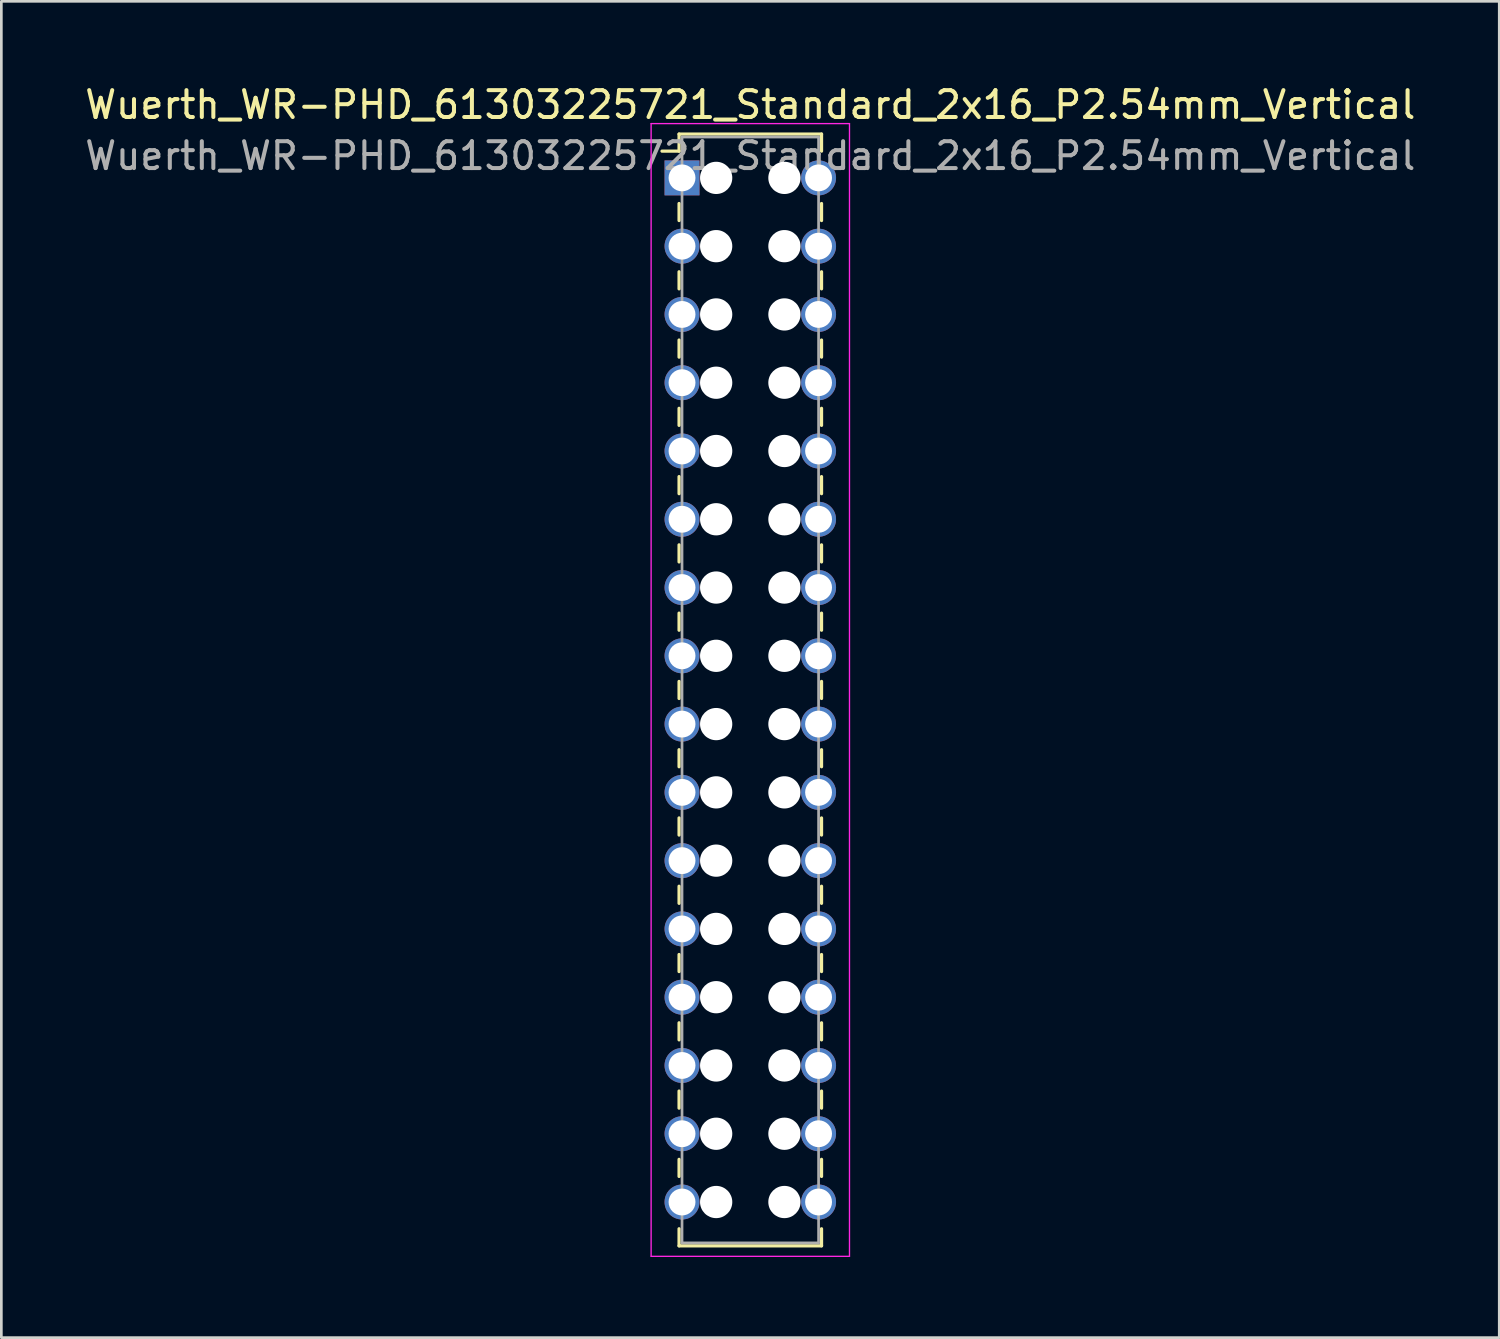
<source format=kicad_pcb>
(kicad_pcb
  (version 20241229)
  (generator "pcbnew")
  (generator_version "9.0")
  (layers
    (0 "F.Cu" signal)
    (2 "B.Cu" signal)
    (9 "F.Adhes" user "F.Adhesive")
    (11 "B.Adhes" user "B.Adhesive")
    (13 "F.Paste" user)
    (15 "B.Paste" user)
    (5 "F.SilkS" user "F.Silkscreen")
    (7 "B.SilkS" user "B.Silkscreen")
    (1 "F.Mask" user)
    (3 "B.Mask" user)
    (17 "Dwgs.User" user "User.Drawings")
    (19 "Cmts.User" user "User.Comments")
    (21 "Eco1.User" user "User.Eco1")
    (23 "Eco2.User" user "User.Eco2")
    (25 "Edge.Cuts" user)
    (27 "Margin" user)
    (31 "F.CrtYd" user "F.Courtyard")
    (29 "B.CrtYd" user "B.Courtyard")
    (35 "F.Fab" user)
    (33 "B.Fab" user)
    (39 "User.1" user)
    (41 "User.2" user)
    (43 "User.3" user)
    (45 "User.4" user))
  (footprint "Wuerth_WR-PHD_61303225721_Standard_2x16_P2.54mm_Vertical"
    (layer "F.Cu")
    (at 22.323 3.568)
    (property "Reference" "Wuerth_WR-PHD_61303225721_Standard_2x16_P2.54mm_Vertical" (at 2.54 -2.72 0) (layer "F.SilkS") (effects (font (size 1 1) (thickness 0.15))))
    (attr through_hole)
    (fp_line (start -0.11 -1.63) (end -0.11 -0.995) (stroke (width 0.12) (type solid)) (layer "F.SilkS"))
    (fp_line (start -0.11 -1.63) (end 5.19 -1.63) (stroke (width 0.12) (type solid)) (layer "F.SilkS"))
    (fp_line (start -0.11 -0.995) (end -0.745 -0.995) (stroke (width 0.12) (type solid)) (layer "F.SilkS"))
    (fp_line (start -0.11 0.953) (end -0.11 1.587) (stroke (width 0.12) (type solid)) (layer "F.SilkS"))
    (fp_line (start -0.11 3.493) (end -0.11 4.128) (stroke (width 0.12) (type solid)) (layer "F.SilkS"))
    (fp_line (start -0.11 6.032) (end -0.11 6.668) (stroke (width 0.12) (type solid)) (layer "F.SilkS"))
    (fp_line (start -0.11 8.572) (end -0.11 9.207) (stroke (width 0.12) (type solid)) (layer "F.SilkS"))
    (fp_line (start -0.11 11.113) (end -0.11 11.748) (stroke (width 0.12) (type solid)) (layer "F.SilkS"))
    (fp_line (start -0.11 13.652) (end -0.11 14.287) (stroke (width 0.12) (type solid)) (layer "F.SilkS"))
    (fp_line (start -0.11 16.192) (end -0.11 16.828) (stroke (width 0.12) (type solid)) (layer "F.SilkS"))
    (fp_line (start -0.11 18.733) (end -0.11 19.367) (stroke (width 0.12) (type solid)) (layer "F.SilkS"))
    (fp_line (start -0.11 21.273) (end -0.11 21.907) (stroke (width 0.12) (type solid)) (layer "F.SilkS"))
    (fp_line (start -0.11 23.812) (end -0.11 24.448) (stroke (width 0.12) (type solid)) (layer "F.SilkS"))
    (fp_line (start -0.11 26.352) (end -0.11 26.988) (stroke (width 0.12) (type solid)) (layer "F.SilkS"))
    (fp_line (start -0.11 28.892) (end -0.11 29.527) (stroke (width 0.12) (type solid)) (layer "F.SilkS"))
    (fp_line (start -0.11 31.433) (end -0.11 32.068) (stroke (width 0.12) (type solid)) (layer "F.SilkS"))
    (fp_line (start -0.11 33.972) (end -0.11 34.608) (stroke (width 0.12) (type solid)) (layer "F.SilkS"))
    (fp_line (start -0.11 36.513) (end -0.11 37.148) (stroke (width 0.12) (type solid)) (layer "F.SilkS"))
    (fp_line (start -0.11 39.73) (end -0.11 39.095) (stroke (width 0.12) (type solid)) (layer "F.SilkS"))
    (fp_line (start -0.11 39.73) (end 5.19 39.73) (stroke (width 0.12) (type solid)) (layer "F.SilkS"))
    (fp_line (start 5.19 -1.63) (end 5.19 -0.995) (stroke (width 0.12) (type solid)) (layer "F.SilkS"))
    (fp_line (start 5.19 0.953) (end 5.19 1.587) (stroke (width 0.12) (type solid)) (layer "F.SilkS"))
    (fp_line (start 5.19 3.493) (end 5.19 4.128) (stroke (width 0.12) (type solid)) (layer "F.SilkS"))
    (fp_line (start 5.19 6.032) (end 5.19 6.668) (stroke (width 0.12) (type solid)) (layer "F.SilkS"))
    (fp_line (start 5.19 8.572) (end 5.19 9.207) (stroke (width 0.12) (type solid)) (layer "F.SilkS"))
    (fp_line (start 5.19 11.113) (end 5.19 11.748) (stroke (width 0.12) (type solid)) (layer "F.SilkS"))
    (fp_line (start 5.19 13.652) (end 5.19 14.287) (stroke (width 0.12) (type solid)) (layer "F.SilkS"))
    (fp_line (start 5.19 16.192) (end 5.19 16.828) (stroke (width 0.12) (type solid)) (layer "F.SilkS"))
    (fp_line (start 5.19 18.733) (end 5.19 19.367) (stroke (width 0.12) (type solid)) (layer "F.SilkS"))
    (fp_line (start 5.19 21.273) (end 5.19 21.907) (stroke (width 0.12) (type solid)) (layer "F.SilkS"))
    (fp_line (start 5.19 23.812) (end 5.19 24.448) (stroke (width 0.12) (type solid)) (layer "F.SilkS"))
    (fp_line (start 5.19 26.352) (end 5.19 26.988) (stroke (width 0.12) (type solid)) (layer "F.SilkS"))
    (fp_line (start 5.19 28.892) (end 5.19 29.527) (stroke (width 0.12) (type solid)) (layer "F.SilkS"))
    (fp_line (start 5.19 31.433) (end 5.19 32.068) (stroke (width 0.12) (type solid)) (layer "F.SilkS"))
    (fp_line (start 5.19 33.972) (end 5.19 34.608) (stroke (width 0.12) (type solid)) (layer "F.SilkS"))
    (fp_line (start 5.19 36.513) (end 5.19 37.148) (stroke (width 0.12) (type solid)) (layer "F.SilkS"))
    (fp_line (start 5.19 39.73) (end 5.19 39.095) (stroke (width 0.12) (type solid)) (layer "F.SilkS"))
    (fp_line (start -1.15 -2.02) (end -1.15 40.12) (stroke (width 0.05) (type solid)) (layer "F.CrtYd"))
    (fp_line (start -1.15 40.12) (end 6.23 40.12) (stroke (width 0.05) (type solid)) (layer "F.CrtYd"))
    (fp_line (start 6.23 -2.02) (end -1.15 -2.02) (stroke (width 0.05) (type solid)) (layer "F.CrtYd"))
    (fp_line (start 6.23 40.12) (end 6.23 -2.02) (stroke (width 0.05) (type solid)) (layer "F.CrtYd"))
    (fp_line (start 0 -1.52) (end 0 39.62) (stroke (width 0.1) (type solid)) (layer "F.Fab"))
    (fp_line (start 0 39.62) (end 5.08 39.62) (stroke (width 0.1) (type solid)) (layer "F.Fab"))
    (fp_line (start 5.08 -1.52) (end 0 -1.52) (stroke (width 0.1) (type solid)) (layer "F.Fab"))
    (fp_line (start 5.08 39.62) (end 5.08 -1.52) (stroke (width 0.1) (type solid)) (layer "F.Fab"))
    (fp_text user "${REFERENCE}" (at 2.54 -0.82 0) (layer "F.Fab") (effects (font (size 1 1) (thickness 0.15))))
    (pad "" np_thru_hole circle (at 1.27 0) (size 1.2 1.2) (drill 1.2) (layers "*.Cu" "*.Mask"))
    (pad "" np_thru_hole circle (at 1.27 2.54) (size 1.2 1.2) (drill 1.2) (layers "*.Cu" "*.Mask"))
    (pad "" np_thru_hole circle (at 1.27 5.08) (size 1.2 1.2) (drill 1.2) (layers "*.Cu" "*.Mask"))
    (pad "" np_thru_hole circle (at 1.27 7.62) (size 1.2 1.2) (drill 1.2) (layers "*.Cu" "*.Mask"))
    (pad "" np_thru_hole circle (at 1.27 10.16) (size 1.2 1.2) (drill 1.2) (layers "*.Cu" "*.Mask"))
    (pad "" np_thru_hole circle (at 1.27 12.7) (size 1.2 1.2) (drill 1.2) (layers "*.Cu" "*.Mask"))
    (pad "" np_thru_hole circle (at 1.27 15.24) (size 1.2 1.2) (drill 1.2) (layers "*.Cu" "*.Mask"))
    (pad "" np_thru_hole circle (at 1.27 17.78) (size 1.2 1.2) (drill 1.2) (layers "*.Cu" "*.Mask"))
    (pad "" np_thru_hole circle (at 1.27 20.32) (size 1.2 1.2) (drill 1.2) (layers "*.Cu" "*.Mask"))
    (pad "" np_thru_hole circle (at 1.27 22.86) (size 1.2 1.2) (drill 1.2) (layers "*.Cu" "*.Mask"))
    (pad "" np_thru_hole circle (at 1.27 25.4) (size 1.2 1.2) (drill 1.2) (layers "*.Cu" "*.Mask"))
    (pad "" np_thru_hole circle (at 1.27 27.94) (size 1.2 1.2) (drill 1.2) (layers "*.Cu" "*.Mask"))
    (pad "" np_thru_hole circle (at 1.27 30.48) (size 1.2 1.2) (drill 1.2) (layers "*.Cu" "*.Mask"))
    (pad "" np_thru_hole circle (at 1.27 33.02) (size 1.2 1.2) (drill 1.2) (layers "*.Cu" "*.Mask"))
    (pad "" np_thru_hole circle (at 1.27 35.56) (size 1.2 1.2) (drill 1.2) (layers "*.Cu" "*.Mask"))
    (pad "" np_thru_hole circle (at 1.27 38.1) (size 1.2 1.2) (drill 1.2) (layers "*.Cu" "*.Mask"))
    (pad "" np_thru_hole circle (at 3.81 0) (size 1.2 1.2) (drill 1.2) (layers "*.Cu" "*.Mask"))
    (pad "" np_thru_hole circle (at 3.81 2.54) (size 1.2 1.2) (drill 1.2) (layers "*.Cu" "*.Mask"))
    (pad "" np_thru_hole circle (at 3.81 5.08) (size 1.2 1.2) (drill 1.2) (layers "*.Cu" "*.Mask"))
    (pad "" np_thru_hole circle (at 3.81 7.62) (size 1.2 1.2) (drill 1.2) (layers "*.Cu" "*.Mask"))
    (pad "" np_thru_hole circle (at 3.81 10.16) (size 1.2 1.2) (drill 1.2) (layers "*.Cu" "*.Mask"))
    (pad "" np_thru_hole circle (at 3.81 12.7) (size 1.2 1.2) (drill 1.2) (layers "*.Cu" "*.Mask"))
    (pad "" np_thru_hole circle (at 3.81 15.24) (size 1.2 1.2) (drill 1.2) (layers "*.Cu" "*.Mask"))
    (pad "" np_thru_hole circle (at 3.81 17.78) (size 1.2 1.2) (drill 1.2) (layers "*.Cu" "*.Mask"))
    (pad "" np_thru_hole circle (at 3.81 20.32) (size 1.2 1.2) (drill 1.2) (layers "*.Cu" "*.Mask"))
    (pad "" np_thru_hole circle (at 3.81 22.86) (size 1.2 1.2) (drill 1.2) (layers "*.Cu" "*.Mask"))
    (pad "" np_thru_hole circle (at 3.81 25.4) (size 1.2 1.2) (drill 1.2) (layers "*.Cu" "*.Mask"))
    (pad "" np_thru_hole circle (at 3.81 27.94) (size 1.2 1.2) (drill 1.2) (layers "*.Cu" "*.Mask"))
    (pad "" np_thru_hole circle (at 3.81 30.48) (size 1.2 1.2) (drill 1.2) (layers "*.Cu" "*.Mask"))
    (pad "" np_thru_hole circle (at 3.81 33.02) (size 1.2 1.2) (drill 1.2) (layers "*.Cu" "*.Mask"))
    (pad "" np_thru_hole circle (at 3.81 35.56) (size 1.2 1.2) (drill 1.2) (layers "*.Cu" "*.Mask"))
    (pad "" np_thru_hole circle (at 3.81 38.1) (size 1.2 1.2) (drill 1.2) (layers "*.Cu" "*.Mask"))
    (pad "1" thru_hole rect (at 0 0) (size 1.3 1.3) (drill 1) (layers "*.Cu" "*.Mask"))
    (pad "2" thru_hole circle (at 5.08 0) (size 1.3 1.3) (drill 1) (layers "*.Cu" "*.Mask"))
    (pad "3" thru_hole circle (at 0 2.54) (size 1.3 1.3) (drill 1) (layers "*.Cu" "*.Mask"))
    (pad "4" thru_hole circle (at 5.08 2.54) (size 1.3 1.3) (drill 1) (layers "*.Cu" "*.Mask"))
    (pad "5" thru_hole circle (at 0 5.08) (size 1.3 1.3) (drill 1) (layers "*.Cu" "*.Mask"))
    (pad "6" thru_hole circle (at 5.08 5.08) (size 1.3 1.3) (drill 1) (layers "*.Cu" "*.Mask"))
    (pad "7" thru_hole circle (at 0 7.62) (size 1.3 1.3) (drill 1) (layers "*.Cu" "*.Mask"))
    (pad "8" thru_hole circle (at 5.08 7.62) (size 1.3 1.3) (drill 1) (layers "*.Cu" "*.Mask"))
    (pad "9" thru_hole circle (at 0 10.16) (size 1.3 1.3) (drill 1) (layers "*.Cu" "*.Mask"))
    (pad "10" thru_hole circle (at 5.08 10.16) (size 1.3 1.3) (drill 1) (layers "*.Cu" "*.Mask"))
    (pad "11" thru_hole circle (at 0 12.7) (size 1.3 1.3) (drill 1) (layers "*.Cu" "*.Mask"))
    (pad "12" thru_hole circle (at 5.08 12.7) (size 1.3 1.3) (drill 1) (layers "*.Cu" "*.Mask"))
    (pad "13" thru_hole circle (at 0 15.24) (size 1.3 1.3) (drill 1) (layers "*.Cu" "*.Mask"))
    (pad "14" thru_hole circle (at 5.08 15.24) (size 1.3 1.3) (drill 1) (layers "*.Cu" "*.Mask"))
    (pad "15" thru_hole circle (at 0 17.78) (size 1.3 1.3) (drill 1) (layers "*.Cu" "*.Mask"))
    (pad "16" thru_hole circle (at 5.08 17.78) (size 1.3 1.3) (drill 1) (layers "*.Cu" "*.Mask"))
    (pad "17" thru_hole circle (at 0 20.32) (size 1.3 1.3) (drill 1) (layers "*.Cu" "*.Mask"))
    (pad "18" thru_hole circle (at 5.08 20.32) (size 1.3 1.3) (drill 1) (layers "*.Cu" "*.Mask"))
    (pad "19" thru_hole circle (at 0 22.86) (size 1.3 1.3) (drill 1) (layers "*.Cu" "*.Mask"))
    (pad "20" thru_hole circle (at 5.08 22.86) (size 1.3 1.3) (drill 1) (layers "*.Cu" "*.Mask"))
    (pad "21" thru_hole circle (at 0 25.4) (size 1.3 1.3) (drill 1) (layers "*.Cu" "*.Mask"))
    (pad "22" thru_hole circle (at 5.08 25.4) (size 1.3 1.3) (drill 1) (layers "*.Cu" "*.Mask"))
    (pad "23" thru_hole circle (at 0 27.94) (size 1.3 1.3) (drill 1) (layers "*.Cu" "*.Mask"))
    (pad "24" thru_hole circle (at 5.08 27.94) (size 1.3 1.3) (drill 1) (layers "*.Cu" "*.Mask"))
    (pad "25" thru_hole circle (at 0 30.48) (size 1.3 1.3) (drill 1) (layers "*.Cu" "*.Mask"))
    (pad "26" thru_hole circle (at 5.08 30.48) (size 1.3 1.3) (drill 1) (layers "*.Cu" "*.Mask"))
    (pad "27" thru_hole circle (at 0 33.02) (size 1.3 1.3) (drill 1) (layers "*.Cu" "*.Mask"))
    (pad "28" thru_hole circle (at 5.08 33.02) (size 1.3 1.3) (drill 1) (layers "*.Cu" "*.Mask"))
    (pad "29" thru_hole circle (at 0 35.56) (size 1.3 1.3) (drill 1) (layers "*.Cu" "*.Mask"))
    (pad "30" thru_hole circle (at 5.08 35.56) (size 1.3 1.3) (drill 1) (layers "*.Cu" "*.Mask"))
    (pad "31" thru_hole circle (at 0 38.1) (size 1.3 1.3) (drill 1) (layers "*.Cu" "*.Mask"))
    (pad "32" thru_hole circle (at 5.08 38.1) (size 1.3 1.3) (drill 1) (layers "*.Cu" "*.Mask")))
  (gr_rect
    (start -3 -3)
    (end 52.726 46.713)
    (stroke (width 0.1) (type default))
    (fill no)
    (layer "Edge.Cuts")))
</source>
